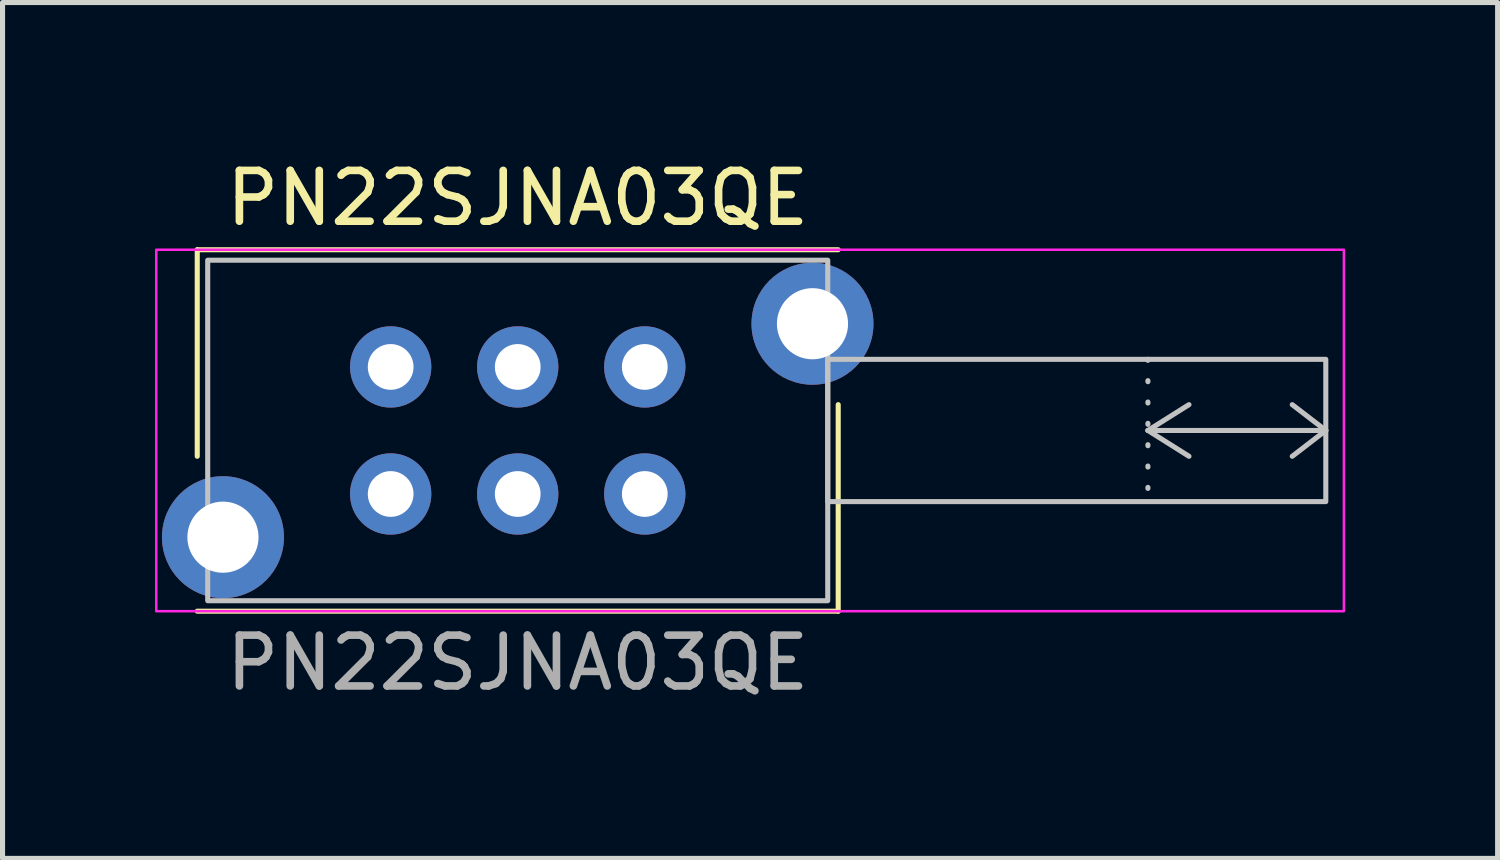
<source format=kicad_pcb>
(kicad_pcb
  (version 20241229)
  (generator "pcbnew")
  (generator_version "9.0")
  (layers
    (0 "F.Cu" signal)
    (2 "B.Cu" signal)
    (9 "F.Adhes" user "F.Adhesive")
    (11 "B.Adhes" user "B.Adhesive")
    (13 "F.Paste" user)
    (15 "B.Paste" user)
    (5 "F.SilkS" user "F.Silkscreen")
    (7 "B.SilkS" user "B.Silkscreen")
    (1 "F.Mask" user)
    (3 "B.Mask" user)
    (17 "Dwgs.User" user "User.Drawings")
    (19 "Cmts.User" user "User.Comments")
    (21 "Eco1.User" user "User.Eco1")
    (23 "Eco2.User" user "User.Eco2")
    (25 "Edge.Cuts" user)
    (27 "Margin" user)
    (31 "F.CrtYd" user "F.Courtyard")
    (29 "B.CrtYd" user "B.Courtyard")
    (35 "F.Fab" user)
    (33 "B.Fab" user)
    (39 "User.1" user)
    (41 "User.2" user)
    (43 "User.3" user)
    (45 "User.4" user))
  (footprint "PN22SJNA03QE"
    (layer "F.Cu")
    (at 7.137 5.42)
    (property "Reference" "PN22SJNA03QE" (at 0 -4.572 0) (layer "F.SilkS") (effects (font (size 1 1) (thickness 0.15))))
    (attr through_hole)
    (fp_line (start -6.306 -3.556) (end -6.306 0.508) (stroke (width 0.1) (type default)) (layer "F.SilkS"))
    (fp_line (start -6.306 3.556) (end 6.306 3.556) (stroke (width 0.1) (type default)) (layer "F.SilkS"))
    (fp_line (start 6.306 -3.556) (end -6.306 -3.556) (stroke (width 0.1) (type default)) (layer "F.SilkS"))
    (fp_line (start 6.306 3.556) (end 6.306 -0.508) (stroke (width 0.1) (type default)) (layer "F.SilkS"))
    (fp_line (start 12.4 -1.4) (end 12.4 1.4) (stroke (width 0.1) (type dot)) (layer "Dwgs.User"))
    (fp_line (start 12.4 0) (end 13.208 -0.508) (stroke (width 0.1) (type default)) (layer "Dwgs.User"))
    (fp_line (start 12.4 0) (end 15.9 0) (stroke (width 0.1) (type default)) (layer "Dwgs.User"))
    (fp_line (start 13.208 0.508) (end 12.4 0) (stroke (width 0.1) (type default)) (layer "Dwgs.User"))
    (fp_line (start 15.24 -0.508) (end 15.9 0) (stroke (width 0.1) (type default)) (layer "Dwgs.User"))
    (fp_line (start 15.9 0) (end 15.24 0.508) (stroke (width 0.1) (type default)) (layer "Dwgs.User"))
    (fp_rect (start -6.1 -3.35) (end 6.1 3.35) (stroke (width 0.1) (type default)) (fill no) (layer "Dwgs.User"))
    (fp_rect (start 6.1 -1.4) (end 15.9 1.4) (stroke (width 0.1) (type default)) (fill no) (layer "Dwgs.User"))
    (fp_rect (start -7.112 -3.556) (end 16.256 3.556) (stroke (width 0.05) (type default)) (fill no) (layer "F.CrtYd"))
    (fp_text user "${REFERENCE}" (at 0 4.572 0) (layer "F.Fab") (effects (font (size 1 1) (thickness 0.15))))
    (pad "" thru_hole circle (at -5.8 2.1) (size 2.4 2.4) (drill 1.4) (layers "*.Cu" "*.Mask"))
    (pad "" thru_hole circle (at 5.8 -2.1) (size 2.4 2.4) (drill 1.4) (layers "*.Cu" "*.Mask"))
    (pad "1" thru_hole circle (at -2.5 1.25) (size 1.6 1.6) (drill 0.9) (layers "*.Cu" "*.Mask"))
    (pad "2" thru_hole circle (at 0 1.25) (size 1.6 1.6) (drill 0.9) (layers "*.Cu" "*.Mask"))
    (pad "3" thru_hole circle (at 2.5 1.25) (size 1.6 1.6) (drill 0.9) (layers "*.Cu" "*.Mask"))
    (pad "4" thru_hole circle (at -2.5 -1.25) (size 1.6 1.6) (drill 0.9) (layers "*.Cu" "*.Mask"))
    (pad "5" thru_hole circle (at 0 -1.25) (size 1.6 1.6) (drill 0.9) (layers "*.Cu" "*.Mask"))
    (pad "6" thru_hole circle (at 2.5 -1.25) (size 1.6 1.6) (drill 0.9) (layers "*.Cu" "*.Mask")))
  (gr_rect
    (start -3 -3)
    (end 26.418 13.841)
    (stroke (width 0.1) (type default))
    (fill no)
    (layer "Edge.Cuts")))
</source>
